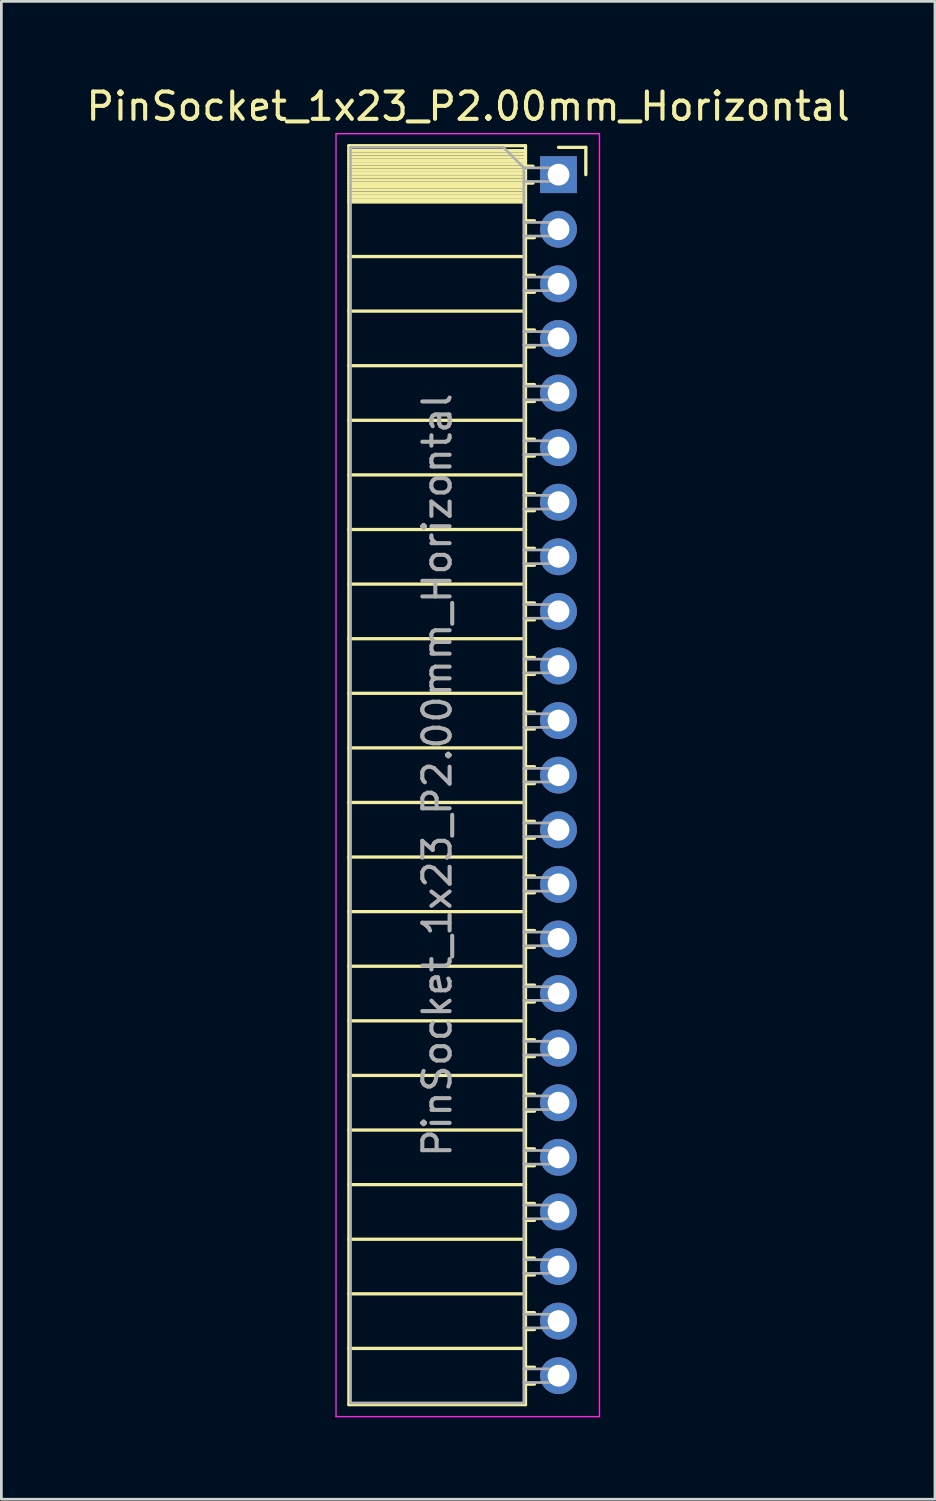
<source format=kicad_pcb>
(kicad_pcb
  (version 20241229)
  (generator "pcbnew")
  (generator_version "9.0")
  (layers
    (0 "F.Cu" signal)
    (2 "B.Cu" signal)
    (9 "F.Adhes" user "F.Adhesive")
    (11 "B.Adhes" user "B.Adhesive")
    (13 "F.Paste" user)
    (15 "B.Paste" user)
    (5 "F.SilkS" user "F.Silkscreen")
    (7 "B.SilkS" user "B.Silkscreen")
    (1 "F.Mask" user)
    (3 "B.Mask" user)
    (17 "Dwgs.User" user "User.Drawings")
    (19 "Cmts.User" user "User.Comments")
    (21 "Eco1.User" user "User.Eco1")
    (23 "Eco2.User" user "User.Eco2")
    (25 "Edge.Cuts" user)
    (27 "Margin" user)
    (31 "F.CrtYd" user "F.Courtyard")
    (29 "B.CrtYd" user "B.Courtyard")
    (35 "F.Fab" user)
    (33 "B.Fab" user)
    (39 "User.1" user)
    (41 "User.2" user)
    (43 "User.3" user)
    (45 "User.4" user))
  (footprint "PinSocket_1x23_P2.00mm_Horizontal"
    (layer "F.Cu")
    (at 17.411 3.348)
    (property "Reference" "PinSocket_1x23_P2.00mm_Horizontal" (at -3.31 -2.5 0) (layer "F.SilkS") (effects (font (size 1 1) (thickness 0.15))))
    (attr through_hole)
    (fp_line (start -7.68 -1.06) (end -7.68 45.06) (stroke (width 0.12) (type solid)) (layer "F.SilkS"))
    (fp_line (start -7.68 -1.06) (end -1.21 -1.06) (stroke (width 0.12) (type solid)) (layer "F.SilkS"))
    (fp_line (start -7.68 -0.88) (end -1.21 -0.88) (stroke (width 0.12) (type solid)) (layer "F.SilkS"))
    (fp_line (start -7.68 -0.76) (end -1.21 -0.76) (stroke (width 0.12) (type solid)) (layer "F.SilkS"))
    (fp_line (start -7.68 -0.64) (end -1.21 -0.64) (stroke (width 0.12) (type solid)) (layer "F.SilkS"))
    (fp_line (start -7.68 -0.52) (end -1.21 -0.52) (stroke (width 0.12) (type solid)) (layer "F.SilkS"))
    (fp_line (start -7.68 -0.4) (end -1.21 -0.4) (stroke (width 0.12) (type solid)) (layer "F.SilkS"))
    (fp_line (start -7.68 -0.28) (end -1.21 -0.28) (stroke (width 0.12) (type solid)) (layer "F.SilkS"))
    (fp_line (start -7.68 -0.16) (end -1.21 -0.16) (stroke (width 0.12) (type solid)) (layer "F.SilkS"))
    (fp_line (start -7.68 -0.04) (end -1.21 -0.04) (stroke (width 0.12) (type solid)) (layer "F.SilkS"))
    (fp_line (start -7.68 0.08) (end -1.21 0.08) (stroke (width 0.12) (type solid)) (layer "F.SilkS"))
    (fp_line (start -7.68 0.2) (end -1.21 0.2) (stroke (width 0.12) (type solid)) (layer "F.SilkS"))
    (fp_line (start -7.68 0.32) (end -1.21 0.32) (stroke (width 0.12) (type solid)) (layer "F.SilkS"))
    (fp_line (start -7.68 0.44) (end -1.21 0.44) (stroke (width 0.12) (type solid)) (layer "F.SilkS"))
    (fp_line (start -7.68 0.56) (end -1.21 0.56) (stroke (width 0.12) (type solid)) (layer "F.SilkS"))
    (fp_line (start -7.68 0.68) (end -1.21 0.68) (stroke (width 0.12) (type solid)) (layer "F.SilkS"))
    (fp_line (start -7.68 0.8) (end -1.21 0.8) (stroke (width 0.12) (type solid)) (layer "F.SilkS"))
    (fp_line (start -7.68 0.92) (end -1.21 0.92) (stroke (width 0.12) (type solid)) (layer "F.SilkS"))
    (fp_line (start -7.68 1) (end -1.21 1) (stroke (width 0.12) (type solid)) (layer "F.SilkS"))
    (fp_line (start -7.68 3) (end -1.21 3) (stroke (width 0.12) (type solid)) (layer "F.SilkS"))
    (fp_line (start -7.68 5) (end -1.21 5) (stroke (width 0.12) (type solid)) (layer "F.SilkS"))
    (fp_line (start -7.68 7) (end -1.21 7) (stroke (width 0.12) (type solid)) (layer "F.SilkS"))
    (fp_line (start -7.68 9) (end -1.21 9) (stroke (width 0.12) (type solid)) (layer "F.SilkS"))
    (fp_line (start -7.68 11) (end -1.21 11) (stroke (width 0.12) (type solid)) (layer "F.SilkS"))
    (fp_line (start -7.68 13) (end -1.21 13) (stroke (width 0.12) (type solid)) (layer "F.SilkS"))
    (fp_line (start -7.68 15) (end -1.21 15) (stroke (width 0.12) (type solid)) (layer "F.SilkS"))
    (fp_line (start -7.68 17) (end -1.21 17) (stroke (width 0.12) (type solid)) (layer "F.SilkS"))
    (fp_line (start -7.68 19) (end -1.21 19) (stroke (width 0.12) (type solid)) (layer "F.SilkS"))
    (fp_line (start -7.68 21) (end -1.21 21) (stroke (width 0.12) (type solid)) (layer "F.SilkS"))
    (fp_line (start -7.68 23) (end -1.21 23) (stroke (width 0.12) (type solid)) (layer "F.SilkS"))
    (fp_line (start -7.68 25) (end -1.21 25) (stroke (width 0.12) (type solid)) (layer "F.SilkS"))
    (fp_line (start -7.68 27) (end -1.21 27) (stroke (width 0.12) (type solid)) (layer "F.SilkS"))
    (fp_line (start -7.68 29) (end -1.21 29) (stroke (width 0.12) (type solid)) (layer "F.SilkS"))
    (fp_line (start -7.68 31) (end -1.21 31) (stroke (width 0.12) (type solid)) (layer "F.SilkS"))
    (fp_line (start -7.68 33) (end -1.21 33) (stroke (width 0.12) (type solid)) (layer "F.SilkS"))
    (fp_line (start -7.68 35) (end -1.21 35) (stroke (width 0.12) (type solid)) (layer "F.SilkS"))
    (fp_line (start -7.68 37) (end -1.21 37) (stroke (width 0.12) (type solid)) (layer "F.SilkS"))
    (fp_line (start -7.68 39) (end -1.21 39) (stroke (width 0.12) (type solid)) (layer "F.SilkS"))
    (fp_line (start -7.68 41) (end -1.21 41) (stroke (width 0.12) (type solid)) (layer "F.SilkS"))
    (fp_line (start -7.68 43) (end -1.21 43) (stroke (width 0.12) (type solid)) (layer "F.SilkS"))
    (fp_line (start -7.68 45.06) (end -1.21 45.06) (stroke (width 0.12) (type solid)) (layer "F.SilkS"))
    (fp_line (start -1.21 -1.06) (end -1.21 45.06) (stroke (width 0.12) (type solid)) (layer "F.SilkS"))
    (fp_line (start -1.21 -0.31) (end -0.935 -0.31) (stroke (width 0.12) (type solid)) (layer "F.SilkS"))
    (fp_line (start -1.21 0.31) (end -0.935 0.31) (stroke (width 0.12) (type solid)) (layer "F.SilkS"))
    (fp_line (start -1.21 1.69) (end -0.882 1.69) (stroke (width 0.12) (type solid)) (layer "F.SilkS"))
    (fp_line (start -1.21 2.31) (end -0.882 2.31) (stroke (width 0.12) (type solid)) (layer "F.SilkS"))
    (fp_line (start -1.21 3.69) (end -0.882 3.69) (stroke (width 0.12) (type solid)) (layer "F.SilkS"))
    (fp_line (start -1.21 4.31) (end -0.882 4.31) (stroke (width 0.12) (type solid)) (layer "F.SilkS"))
    (fp_line (start -1.21 5.69) (end -0.882 5.69) (stroke (width 0.12) (type solid)) (layer "F.SilkS"))
    (fp_line (start -1.21 6.31) (end -0.882 6.31) (stroke (width 0.12) (type solid)) (layer "F.SilkS"))
    (fp_line (start -1.21 7.69) (end -0.882 7.69) (stroke (width 0.12) (type solid)) (layer "F.SilkS"))
    (fp_line (start -1.21 8.31) (end -0.882 8.31) (stroke (width 0.12) (type solid)) (layer "F.SilkS"))
    (fp_line (start -1.21 9.69) (end -0.882 9.69) (stroke (width 0.12) (type solid)) (layer "F.SilkS"))
    (fp_line (start -1.21 10.31) (end -0.882 10.31) (stroke (width 0.12) (type solid)) (layer "F.SilkS"))
    (fp_line (start -1.21 11.69) (end -0.882 11.69) (stroke (width 0.12) (type solid)) (layer "F.SilkS"))
    (fp_line (start -1.21 12.31) (end -0.882 12.31) (stroke (width 0.12) (type solid)) (layer "F.SilkS"))
    (fp_line (start -1.21 13.69) (end -0.882 13.69) (stroke (width 0.12) (type solid)) (layer "F.SilkS"))
    (fp_line (start -1.21 14.31) (end -0.882 14.31) (stroke (width 0.12) (type solid)) (layer "F.SilkS"))
    (fp_line (start -1.21 15.69) (end -0.882 15.69) (stroke (width 0.12) (type solid)) (layer "F.SilkS"))
    (fp_line (start -1.21 16.31) (end -0.882 16.31) (stroke (width 0.12) (type solid)) (layer "F.SilkS"))
    (fp_line (start -1.21 17.69) (end -0.882 17.69) (stroke (width 0.12) (type solid)) (layer "F.SilkS"))
    (fp_line (start -1.21 18.31) (end -0.882 18.31) (stroke (width 0.12) (type solid)) (layer "F.SilkS"))
    (fp_line (start -1.21 19.69) (end -0.882 19.69) (stroke (width 0.12) (type solid)) (layer "F.SilkS"))
    (fp_line (start -1.21 20.31) (end -0.882 20.31) (stroke (width 0.12) (type solid)) (layer "F.SilkS"))
    (fp_line (start -1.21 21.69) (end -0.882 21.69) (stroke (width 0.12) (type solid)) (layer "F.SilkS"))
    (fp_line (start -1.21 22.31) (end -0.882 22.31) (stroke (width 0.12) (type solid)) (layer "F.SilkS"))
    (fp_line (start -1.21 23.69) (end -0.882 23.69) (stroke (width 0.12) (type solid)) (layer "F.SilkS"))
    (fp_line (start -1.21 24.31) (end -0.882 24.31) (stroke (width 0.12) (type solid)) (layer "F.SilkS"))
    (fp_line (start -1.21 25.69) (end -0.882 25.69) (stroke (width 0.12) (type solid)) (layer "F.SilkS"))
    (fp_line (start -1.21 26.31) (end -0.882 26.31) (stroke (width 0.12) (type solid)) (layer "F.SilkS"))
    (fp_line (start -1.21 27.69) (end -0.882 27.69) (stroke (width 0.12) (type solid)) (layer "F.SilkS"))
    (fp_line (start -1.21 28.31) (end -0.882 28.31) (stroke (width 0.12) (type solid)) (layer "F.SilkS"))
    (fp_line (start -1.21 29.69) (end -0.882 29.69) (stroke (width 0.12) (type solid)) (layer "F.SilkS"))
    (fp_line (start -1.21 30.31) (end -0.882 30.31) (stroke (width 0.12) (type solid)) (layer "F.SilkS"))
    (fp_line (start -1.21 31.69) (end -0.882 31.69) (stroke (width 0.12) (type solid)) (layer "F.SilkS"))
    (fp_line (start -1.21 32.31) (end -0.882 32.31) (stroke (width 0.12) (type solid)) (layer "F.SilkS"))
    (fp_line (start -1.21 33.69) (end -0.882 33.69) (stroke (width 0.12) (type solid)) (layer "F.SilkS"))
    (fp_line (start -1.21 34.31) (end -0.882 34.31) (stroke (width 0.12) (type solid)) (layer "F.SilkS"))
    (fp_line (start -1.21 35.69) (end -0.882 35.69) (stroke (width 0.12) (type solid)) (layer "F.SilkS"))
    (fp_line (start -1.21 36.31) (end -0.882 36.31) (stroke (width 0.12) (type solid)) (layer "F.SilkS"))
    (fp_line (start -1.21 37.69) (end -0.882 37.69) (stroke (width 0.12) (type solid)) (layer "F.SilkS"))
    (fp_line (start -1.21 38.31) (end -0.882 38.31) (stroke (width 0.12) (type solid)) (layer "F.SilkS"))
    (fp_line (start -1.21 39.69) (end -0.882 39.69) (stroke (width 0.12) (type solid)) (layer "F.SilkS"))
    (fp_line (start -1.21 40.31) (end -0.882 40.31) (stroke (width 0.12) (type solid)) (layer "F.SilkS"))
    (fp_line (start -1.21 41.69) (end -0.882 41.69) (stroke (width 0.12) (type solid)) (layer "F.SilkS"))
    (fp_line (start -1.21 42.31) (end -0.882 42.31) (stroke (width 0.12) (type solid)) (layer "F.SilkS"))
    (fp_line (start -1.21 43.69) (end -0.882 43.69) (stroke (width 0.12) (type solid)) (layer "F.SilkS"))
    (fp_line (start -1.21 44.31) (end -0.882 44.31) (stroke (width 0.12) (type solid)) (layer "F.SilkS"))
    (fp_line (start 0 -1) (end 1 -1) (stroke (width 0.12) (type solid)) (layer "F.SilkS"))
    (fp_line (start 1 -1) (end 1 0) (stroke (width 0.12) (type solid)) (layer "F.SilkS"))
    (fp_line (start -8.15 -1.5) (end -8.15 45.5) (stroke (width 0.05) (type solid)) (layer "F.CrtYd"))
    (fp_line (start -8.15 45.5) (end 1.5 45.5) (stroke (width 0.05) (type solid)) (layer "F.CrtYd"))
    (fp_line (start 1.5 -1.5) (end -8.15 -1.5) (stroke (width 0.05) (type solid)) (layer "F.CrtYd"))
    (fp_line (start 1.5 45.5) (end 1.5 -1.5) (stroke (width 0.05) (type solid)) (layer "F.CrtYd"))
    (fp_line (start -7.62 -1) (end -2.02 -1) (stroke (width 0.1) (type solid)) (layer "F.Fab"))
    (fp_line (start -7.62 45) (end -7.62 -1) (stroke (width 0.1) (type solid)) (layer "F.Fab"))
    (fp_line (start -2.02 -1) (end -1.27 -0.25) (stroke (width 0.1) (type solid)) (layer "F.Fab"))
    (fp_line (start -1.27 -0.25) (end -1.27 45) (stroke (width 0.1) (type solid)) (layer "F.Fab"))
    (fp_line (start -1.27 0.25) (end 0 0.25) (stroke (width 0.1) (type solid)) (layer "F.Fab"))
    (fp_line (start -1.27 2.25) (end 0 2.25) (stroke (width 0.1) (type solid)) (layer "F.Fab"))
    (fp_line (start -1.27 4.25) (end 0 4.25) (stroke (width 0.1) (type solid)) (layer "F.Fab"))
    (fp_line (start -1.27 6.25) (end 0 6.25) (stroke (width 0.1) (type solid)) (layer "F.Fab"))
    (fp_line (start -1.27 8.25) (end 0 8.25) (stroke (width 0.1) (type solid)) (layer "F.Fab"))
    (fp_line (start -1.27 10.25) (end 0 10.25) (stroke (width 0.1) (type solid)) (layer "F.Fab"))
    (fp_line (start -1.27 12.25) (end 0 12.25) (stroke (width 0.1) (type solid)) (layer "F.Fab"))
    (fp_line (start -1.27 14.25) (end 0 14.25) (stroke (width 0.1) (type solid)) (layer "F.Fab"))
    (fp_line (start -1.27 16.25) (end 0 16.25) (stroke (width 0.1) (type solid)) (layer "F.Fab"))
    (fp_line (start -1.27 18.25) (end 0 18.25) (stroke (width 0.1) (type solid)) (layer "F.Fab"))
    (fp_line (start -1.27 20.25) (end 0 20.25) (stroke (width 0.1) (type solid)) (layer "F.Fab"))
    (fp_line (start -1.27 22.25) (end 0 22.25) (stroke (width 0.1) (type solid)) (layer "F.Fab"))
    (fp_line (start -1.27 24.25) (end 0 24.25) (stroke (width 0.1) (type solid)) (layer "F.Fab"))
    (fp_line (start -1.27 26.25) (end 0 26.25) (stroke (width 0.1) (type solid)) (layer "F.Fab"))
    (fp_line (start -1.27 28.25) (end 0 28.25) (stroke (width 0.1) (type solid)) (layer "F.Fab"))
    (fp_line (start -1.27 30.25) (end 0 30.25) (stroke (width 0.1) (type solid)) (layer "F.Fab"))
    (fp_line (start -1.27 32.25) (end 0 32.25) (stroke (width 0.1) (type solid)) (layer "F.Fab"))
    (fp_line (start -1.27 34.25) (end 0 34.25) (stroke (width 0.1) (type solid)) (layer "F.Fab"))
    (fp_line (start -1.27 36.25) (end 0 36.25) (stroke (width 0.1) (type solid)) (layer "F.Fab"))
    (fp_line (start -1.27 38.25) (end 0 38.25) (stroke (width 0.1) (type solid)) (layer "F.Fab"))
    (fp_line (start -1.27 40.25) (end 0 40.25) (stroke (width 0.1) (type solid)) (layer "F.Fab"))
    (fp_line (start -1.27 42.25) (end 0 42.25) (stroke (width 0.1) (type solid)) (layer "F.Fab"))
    (fp_line (start -1.27 44.25) (end 0 44.25) (stroke (width 0.1) (type solid)) (layer "F.Fab"))
    (fp_line (start -1.27 45) (end -7.62 45) (stroke (width 0.1) (type solid)) (layer "F.Fab"))
    (fp_line (start 0 -0.25) (end -1.27 -0.25) (stroke (width 0.1) (type solid)) (layer "F.Fab"))
    (fp_line (start 0 0.25) (end 0 -0.25) (stroke (width 0.1) (type solid)) (layer "F.Fab"))
    (fp_line (start 0 1.75) (end -1.27 1.75) (stroke (width 0.1) (type solid)) (layer "F.Fab"))
    (fp_line (start 0 2.25) (end 0 1.75) (stroke (width 0.1) (type solid)) (layer "F.Fab"))
    (fp_line (start 0 3.75) (end -1.27 3.75) (stroke (width 0.1) (type solid)) (layer "F.Fab"))
    (fp_line (start 0 4.25) (end 0 3.75) (stroke (width 0.1) (type solid)) (layer "F.Fab"))
    (fp_line (start 0 5.75) (end -1.27 5.75) (stroke (width 0.1) (type solid)) (layer "F.Fab"))
    (fp_line (start 0 6.25) (end 0 5.75) (stroke (width 0.1) (type solid)) (layer "F.Fab"))
    (fp_line (start 0 7.75) (end -1.27 7.75) (stroke (width 0.1) (type solid)) (layer "F.Fab"))
    (fp_line (start 0 8.25) (end 0 7.75) (stroke (width 0.1) (type solid)) (layer "F.Fab"))
    (fp_line (start 0 9.75) (end -1.27 9.75) (stroke (width 0.1) (type solid)) (layer "F.Fab"))
    (fp_line (start 0 10.25) (end 0 9.75) (stroke (width 0.1) (type solid)) (layer "F.Fab"))
    (fp_line (start 0 11.75) (end -1.27 11.75) (stroke (width 0.1) (type solid)) (layer "F.Fab"))
    (fp_line (start 0 12.25) (end 0 11.75) (stroke (width 0.1) (type solid)) (layer "F.Fab"))
    (fp_line (start 0 13.75) (end -1.27 13.75) (stroke (width 0.1) (type solid)) (layer "F.Fab"))
    (fp_line (start 0 14.25) (end 0 13.75) (stroke (width 0.1) (type solid)) (layer "F.Fab"))
    (fp_line (start 0 15.75) (end -1.27 15.75) (stroke (width 0.1) (type solid)) (layer "F.Fab"))
    (fp_line (start 0 16.25) (end 0 15.75) (stroke (width 0.1) (type solid)) (layer "F.Fab"))
    (fp_line (start 0 17.75) (end -1.27 17.75) (stroke (width 0.1) (type solid)) (layer "F.Fab"))
    (fp_line (start 0 18.25) (end 0 17.75) (stroke (width 0.1) (type solid)) (layer "F.Fab"))
    (fp_line (start 0 19.75) (end -1.27 19.75) (stroke (width 0.1) (type solid)) (layer "F.Fab"))
    (fp_line (start 0 20.25) (end 0 19.75) (stroke (width 0.1) (type solid)) (layer "F.Fab"))
    (fp_line (start 0 21.75) (end -1.27 21.75) (stroke (width 0.1) (type solid)) (layer "F.Fab"))
    (fp_line (start 0 22.25) (end 0 21.75) (stroke (width 0.1) (type solid)) (layer "F.Fab"))
    (fp_line (start 0 23.75) (end -1.27 23.75) (stroke (width 0.1) (type solid)) (layer "F.Fab"))
    (fp_line (start 0 24.25) (end 0 23.75) (stroke (width 0.1) (type solid)) (layer "F.Fab"))
    (fp_line (start 0 25.75) (end -1.27 25.75) (stroke (width 0.1) (type solid)) (layer "F.Fab"))
    (fp_line (start 0 26.25) (end 0 25.75) (stroke (width 0.1) (type solid)) (layer "F.Fab"))
    (fp_line (start 0 27.75) (end -1.27 27.75) (stroke (width 0.1) (type solid)) (layer "F.Fab"))
    (fp_line (start 0 28.25) (end 0 27.75) (stroke (width 0.1) (type solid)) (layer "F.Fab"))
    (fp_line (start 0 29.75) (end -1.27 29.75) (stroke (width 0.1) (type solid)) (layer "F.Fab"))
    (fp_line (start 0 30.25) (end 0 29.75) (stroke (width 0.1) (type solid)) (layer "F.Fab"))
    (fp_line (start 0 31.75) (end -1.27 31.75) (stroke (width 0.1) (type solid)) (layer "F.Fab"))
    (fp_line (start 0 32.25) (end 0 31.75) (stroke (width 0.1) (type solid)) (layer "F.Fab"))
    (fp_line (start 0 33.75) (end -1.27 33.75) (stroke (width 0.1) (type solid)) (layer "F.Fab"))
    (fp_line (start 0 34.25) (end 0 33.75) (stroke (width 0.1) (type solid)) (layer "F.Fab"))
    (fp_line (start 0 35.75) (end -1.27 35.75) (stroke (width 0.1) (type solid)) (layer "F.Fab"))
    (fp_line (start 0 36.25) (end 0 35.75) (stroke (width 0.1) (type solid)) (layer "F.Fab"))
    (fp_line (start 0 37.75) (end -1.27 37.75) (stroke (width 0.1) (type solid)) (layer "F.Fab"))
    (fp_line (start 0 38.25) (end 0 37.75) (stroke (width 0.1) (type solid)) (layer "F.Fab"))
    (fp_line (start 0 39.75) (end -1.27 39.75) (stroke (width 0.1) (type solid)) (layer "F.Fab"))
    (fp_line (start 0 40.25) (end 0 39.75) (stroke (width 0.1) (type solid)) (layer "F.Fab"))
    (fp_line (start 0 41.75) (end -1.27 41.75) (stroke (width 0.1) (type solid)) (layer "F.Fab"))
    (fp_line (start 0 42.25) (end 0 41.75) (stroke (width 0.1) (type solid)) (layer "F.Fab"))
    (fp_line (start 0 43.75) (end -1.27 43.75) (stroke (width 0.1) (type solid)) (layer "F.Fab"))
    (fp_line (start 0 44.25) (end 0 43.75) (stroke (width 0.1) (type solid)) (layer "F.Fab"))
    (fp_text user "${REFERENCE}" (at -4.445 22 90) (layer "F.Fab") (effects (font (size 1 1) (thickness 0.15))))
    (pad "1" thru_hole rect (at 0 0) (size 1.35 1.35) (drill 0.8) (layers "*.Cu" "*.Mask"))
    (pad "2" thru_hole oval (at 0 2) (size 1.35 1.35) (drill 0.8) (layers "*.Cu" "*.Mask"))
    (pad "3" thru_hole oval (at 0 4) (size 1.35 1.35) (drill 0.8) (layers "*.Cu" "*.Mask"))
    (pad "4" thru_hole oval (at 0 6) (size 1.35 1.35) (drill 0.8) (layers "*.Cu" "*.Mask"))
    (pad "5" thru_hole oval (at 0 8) (size 1.35 1.35) (drill 0.8) (layers "*.Cu" "*.Mask"))
    (pad "6" thru_hole oval (at 0 10) (size 1.35 1.35) (drill 0.8) (layers "*.Cu" "*.Mask"))
    (pad "7" thru_hole oval (at 0 12) (size 1.35 1.35) (drill 0.8) (layers "*.Cu" "*.Mask"))
    (pad "8" thru_hole oval (at 0 14) (size 1.35 1.35) (drill 0.8) (layers "*.Cu" "*.Mask"))
    (pad "9" thru_hole oval (at 0 16) (size 1.35 1.35) (drill 0.8) (layers "*.Cu" "*.Mask"))
    (pad "10" thru_hole oval (at 0 18) (size 1.35 1.35) (drill 0.8) (layers "*.Cu" "*.Mask"))
    (pad "11" thru_hole oval (at 0 20) (size 1.35 1.35) (drill 0.8) (layers "*.Cu" "*.Mask"))
    (pad "12" thru_hole oval (at 0 22) (size 1.35 1.35) (drill 0.8) (layers "*.Cu" "*.Mask"))
    (pad "13" thru_hole oval (at 0 24) (size 1.35 1.35) (drill 0.8) (layers "*.Cu" "*.Mask"))
    (pad "14" thru_hole oval (at 0 26) (size 1.35 1.35) (drill 0.8) (layers "*.Cu" "*.Mask"))
    (pad "15" thru_hole oval (at 0 28) (size 1.35 1.35) (drill 0.8) (layers "*.Cu" "*.Mask"))
    (pad "16" thru_hole oval (at 0 30) (size 1.35 1.35) (drill 0.8) (layers "*.Cu" "*.Mask"))
    (pad "17" thru_hole oval (at 0 32) (size 1.35 1.35) (drill 0.8) (layers "*.Cu" "*.Mask"))
    (pad "18" thru_hole oval (at 0 34) (size 1.35 1.35) (drill 0.8) (layers "*.Cu" "*.Mask"))
    (pad "19" thru_hole oval (at 0 36) (size 1.35 1.35) (drill 0.8) (layers "*.Cu" "*.Mask"))
    (pad "20" thru_hole oval (at 0 38) (size 1.35 1.35) (drill 0.8) (layers "*.Cu" "*.Mask"))
    (pad "21" thru_hole oval (at 0 40) (size 1.35 1.35) (drill 0.8) (layers "*.Cu" "*.Mask"))
    (pad "22" thru_hole oval (at 0 42) (size 1.35 1.35) (drill 0.8) (layers "*.Cu" "*.Mask"))
    (pad "23" thru_hole oval (at 0 44) (size 1.35 1.35) (drill 0.8) (layers "*.Cu" "*.Mask")))
  (gr_rect
    (start -3 -3)
    (end 31.202 51.873)
    (stroke (width 0.1) (type default))
    (fill no)
    (layer "Edge.Cuts")))
</source>
